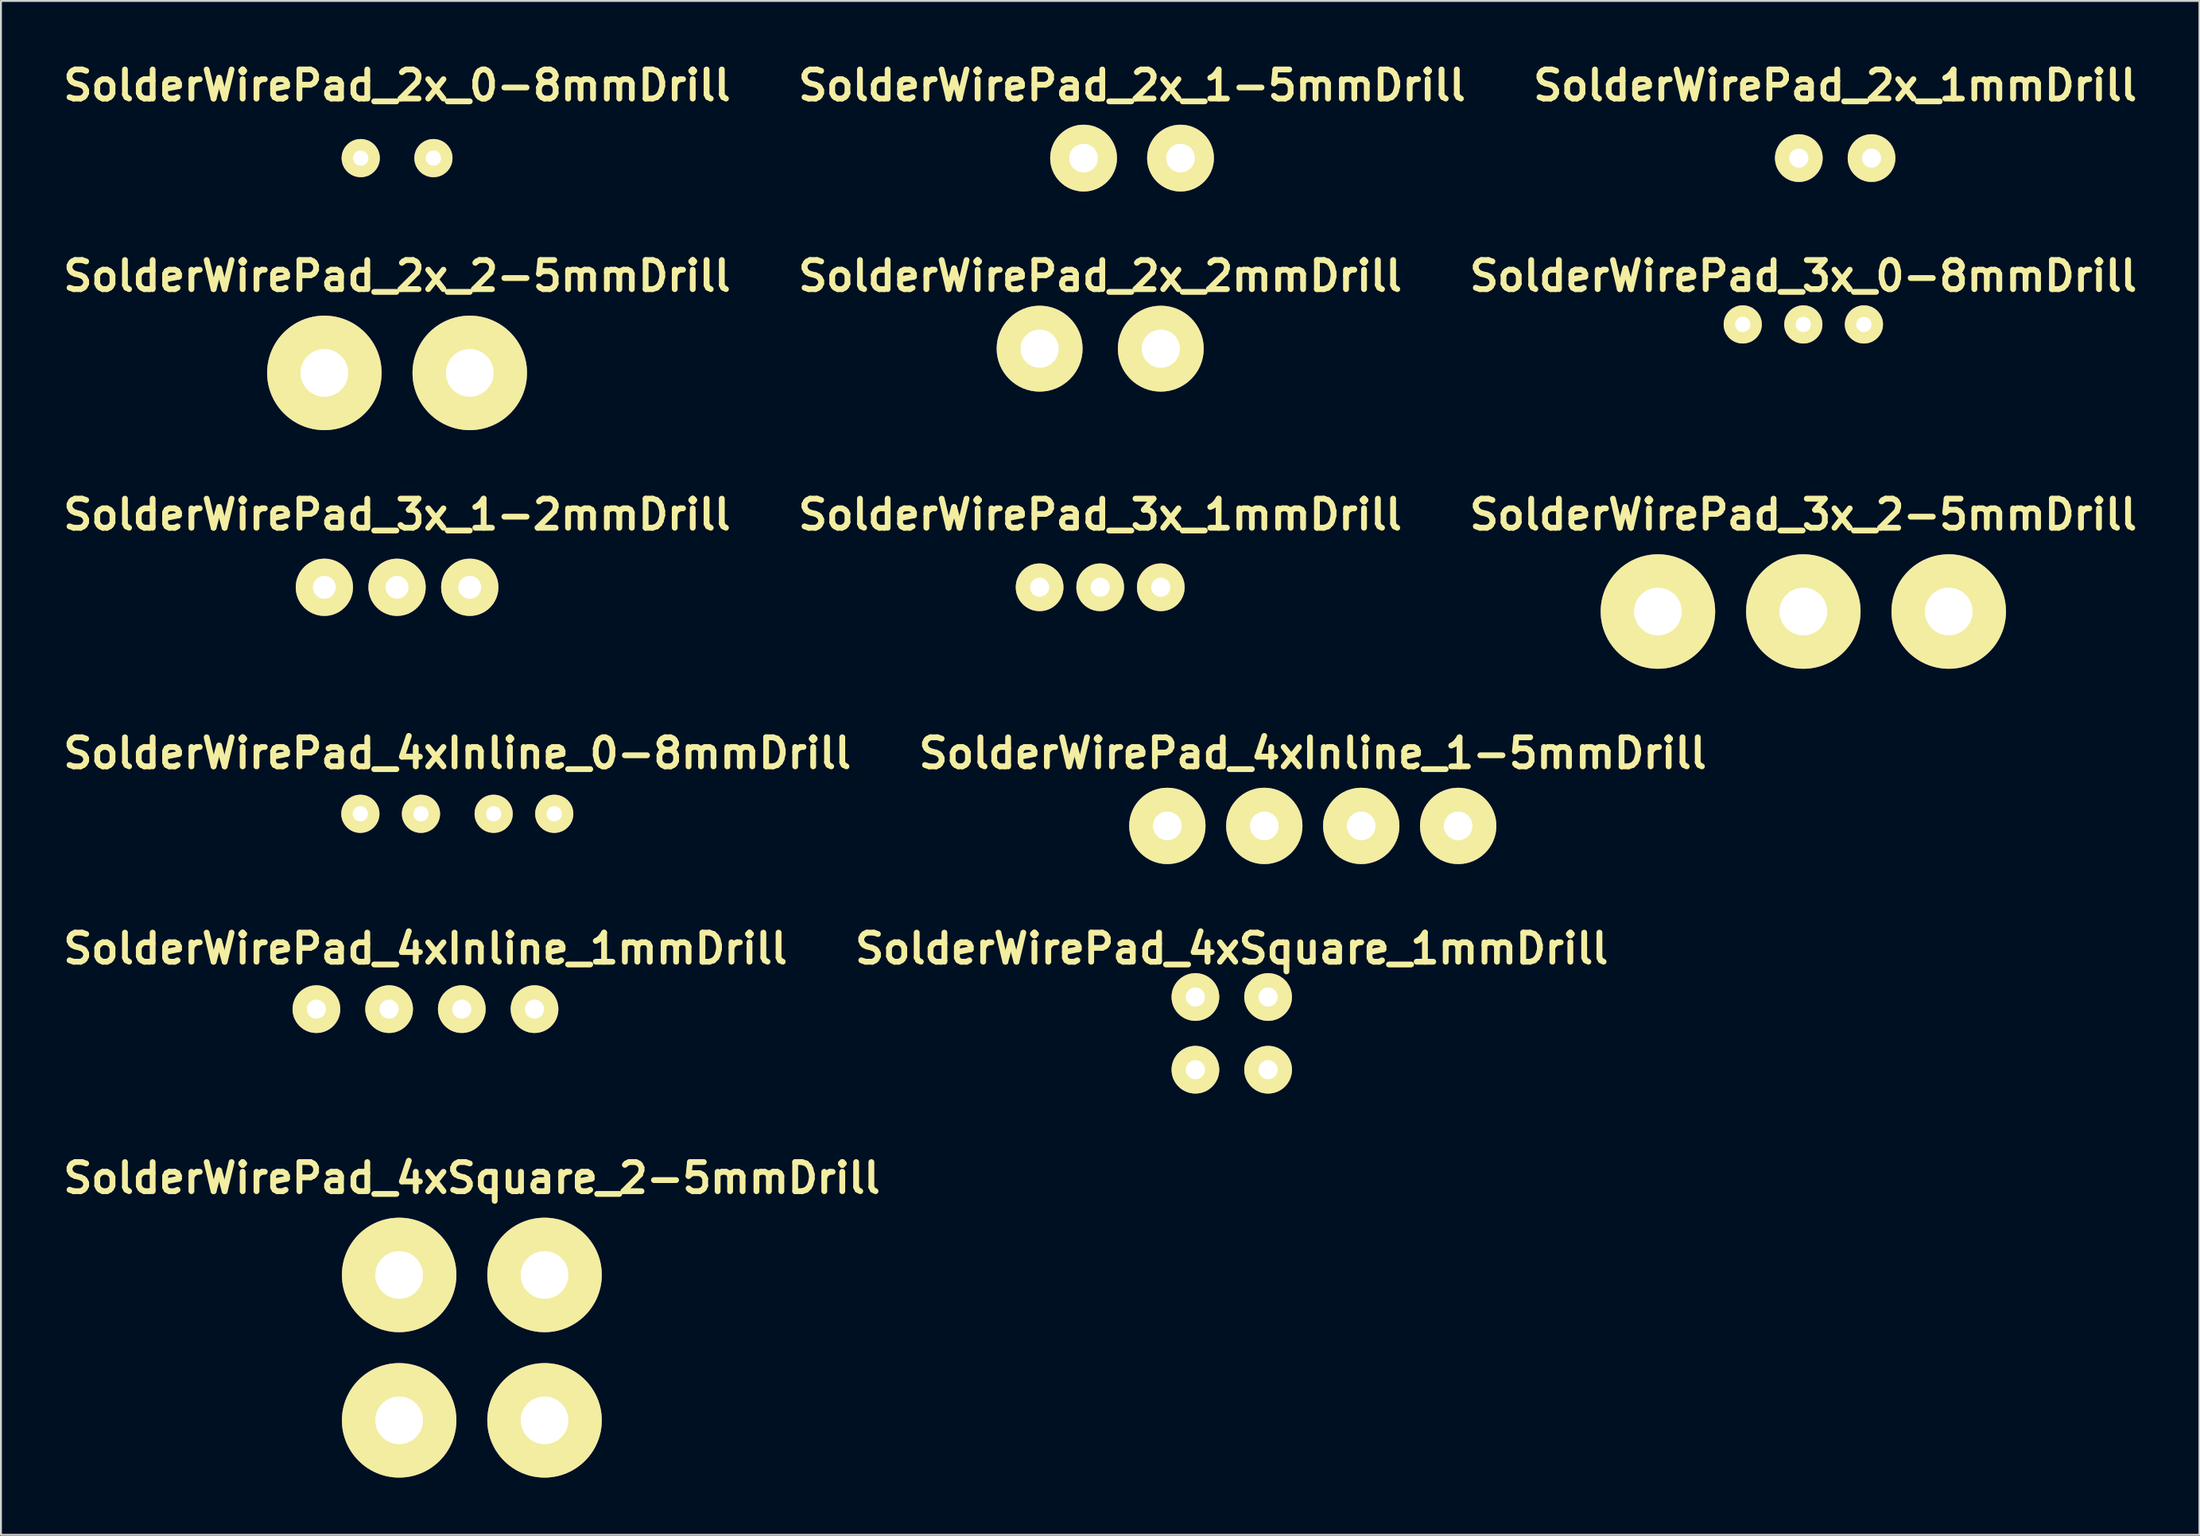
<source format=kicad_pcb>
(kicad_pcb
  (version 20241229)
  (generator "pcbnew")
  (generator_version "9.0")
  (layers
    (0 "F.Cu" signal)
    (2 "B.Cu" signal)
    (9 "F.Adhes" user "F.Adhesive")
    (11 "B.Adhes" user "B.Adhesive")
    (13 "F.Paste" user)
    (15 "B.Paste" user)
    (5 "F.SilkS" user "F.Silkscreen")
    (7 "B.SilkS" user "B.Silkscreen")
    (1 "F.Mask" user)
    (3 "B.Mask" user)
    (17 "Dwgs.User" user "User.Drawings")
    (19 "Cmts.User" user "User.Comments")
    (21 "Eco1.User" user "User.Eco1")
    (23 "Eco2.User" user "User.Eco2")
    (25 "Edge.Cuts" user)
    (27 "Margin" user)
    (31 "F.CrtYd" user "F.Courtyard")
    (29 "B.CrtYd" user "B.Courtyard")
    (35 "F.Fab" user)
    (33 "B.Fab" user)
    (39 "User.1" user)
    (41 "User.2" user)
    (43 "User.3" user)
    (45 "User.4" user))
  (footprint "SolderWirePad_3x_1-2mmDrill"
    (layer "F.Cu")
    (at 17.758 27.729)
    (property "Reference" "SolderWirePad_3x_1-2mmDrill" (at 0 -3.81 0) (layer "F.SilkS") (effects (font (size 1.524 1.524) (thickness 0.305))))
    (attr through_hole)
    (pad "1" thru_hole circle (at -3.81 0) (size 3 3) (drill 1.199) (layers "*.Cu" "*.Mask" "F.SilkS"))
    (pad "2" thru_hole circle (at 0 0) (size 3 3) (drill 1.199) (layers "*.Cu" "*.Mask" "F.SilkS"))
    (pad "3" thru_hole circle (at 3.81 0) (size 3 3) (drill 1.199) (layers "*.Cu" "*.Mask" "F.SilkS")))
  (footprint "SolderWirePad_4xInline_1mmDrill"
    (layer "F.Cu")
    (at 19.246 49.837)
    (property "Reference" "SolderWirePad_4xInline_1mmDrill" (at 0 -3.175 0) (layer "F.SilkS") (effects (font (size 1.524 1.524) (thickness 0.305))))
    (attr through_hole)
    (pad "1" thru_hole circle (at -5.715 0) (size 2.499 2.499) (drill 1.001) (layers "*.Cu" "*.Mask" "F.SilkS"))
    (pad "2" thru_hole circle (at -1.905 0) (size 2.499 2.499) (drill 1.001) (layers "*.Cu" "*.Mask" "F.SilkS"))
    (pad "3" thru_hole circle (at 1.905 0) (size 2.499 2.499) (drill 1.001) (layers "*.Cu" "*.Mask" "F.SilkS"))
    (pad "4" thru_hole circle (at 5.715 0) (size 2.499 2.499) (drill 1.001) (layers "*.Cu" "*.Mask" "F.SilkS")))
  (footprint "SolderWirePad_4xInline_0-8mmDrill"
    (layer "F.Cu")
    (at 20.915 39.6)
    (property "Reference" "SolderWirePad_4xInline_0-8mmDrill" (at 0 -3.175 0) (layer "F.SilkS") (effects (font (size 1.524 1.524) (thickness 0.305))))
    (attr through_hole)
    (pad "1" thru_hole circle (at -5.08 0) (size 1.999 1.999) (drill 0.8) (layers "*.Cu" "*.Mask" "F.SilkS"))
    (pad "2" thru_hole circle (at -1.905 0) (size 1.999 1.999) (drill 0.8) (layers "*.Cu" "*.Mask" "F.SilkS"))
    (pad "3" thru_hole circle (at 1.905 0) (size 1.999 1.999) (drill 0.8) (layers "*.Cu" "*.Mask" "F.SilkS"))
    (pad "4" thru_hole circle (at 5.08 0) (size 1.999 1.999) (drill 0.8) (layers "*.Cu" "*.Mask" "F.SilkS")))
  (footprint "SolderWirePad_2x_1mmDrill"
    (layer "F.Cu")
    (at 93.122 5.236)
    (property "Reference" "SolderWirePad_2x_1mmDrill" (at 0 -3.81 0) (layer "F.SilkS") (effects (font (size 1.524 1.524) (thickness 0.305))))
    (attr through_hole)
    (pad "1" thru_hole circle (at -1.905 0) (size 2.499 2.499) (drill 1.001) (layers "*.Cu" "*.Mask" "F.SilkS"))
    (pad "2" thru_hole circle (at 1.905 0) (size 2.499 2.499) (drill 1.001) (layers "*.Cu" "*.Mask" "F.SilkS")))
  (footprint "SolderWirePad_4xSquare_2-5mmDrill"
    (layer "F.Cu")
    (at 21.677 67.578)
    (property "Reference" "SolderWirePad_4xSquare_2-5mmDrill" (at 0 -8.89 0) (layer "F.SilkS") (effects (font (size 1.524 1.524) (thickness 0.305))))
    (attr through_hole)
    (pad "1" thru_hole circle (at -3.81 3.81) (size 5.999 5.999) (drill 2.499) (layers "*.Cu" "*.Mask" "F.SilkS"))
    (pad "2" thru_hole circle (at 3.81 3.81) (size 5.999 5.999) (drill 2.499) (layers "*.Cu" "*.Mask" "F.SilkS"))
    (pad "3" thru_hole circle (at -3.81 -3.81) (size 5.999 5.999) (drill 2.499) (layers "*.Cu" "*.Mask" "F.SilkS"))
    (pad "4" thru_hole circle (at 3.81 -3.81) (size 5.999 5.999) (drill 2.499) (layers "*.Cu" "*.Mask" "F.SilkS")))
  (footprint "SolderWirePad_4xSquare_1mmDrill"
    (layer "F.Cu")
    (at 61.5 51.107)
    (property "Reference" "SolderWirePad_4xSquare_1mmDrill" (at 0 -4.445 0) (layer "F.SilkS") (effects (font (size 1.524 1.524) (thickness 0.305))))
    (attr through_hole)
    (pad "1" thru_hole circle (at -1.905 1.905) (size 2.499 2.499) (drill 1.001) (layers "*.Cu" "*.Mask" "F.SilkS"))
    (pad "2" thru_hole circle (at 1.905 1.905) (size 2.499 2.499) (drill 1.001) (layers "*.Cu" "*.Mask" "F.SilkS"))
    (pad "3" thru_hole circle (at -1.905 -1.905) (size 2.499 2.499) (drill 1.001) (layers "*.Cu" "*.Mask" "F.SilkS"))
    (pad "4" thru_hole circle (at 1.905 -1.905) (size 2.499 2.499) (drill 1.001) (layers "*.Cu" "*.Mask" "F.SilkS")))
  (footprint "SolderWirePad_2x_2-5mmDrill"
    (layer "F.Cu")
    (at 17.758 16.493)
    (property "Reference" "SolderWirePad_2x_2-5mmDrill" (at 0 -5.08 0) (layer "F.SilkS") (effects (font (size 1.524 1.524) (thickness 0.305))))
    (attr through_hole)
    (pad "1" thru_hole circle (at -3.81 0) (size 5.999 5.999) (drill 2.499) (layers "*.Cu" "*.Mask" "F.SilkS"))
    (pad "2" thru_hole circle (at 3.81 0) (size 5.999 5.999) (drill 2.499) (layers "*.Cu" "*.Mask" "F.SilkS")))
  (footprint "SolderWirePad_4xInline_1-5mmDrill"
    (layer "F.Cu")
    (at 65.745 40.235)
    (property "Reference" "SolderWirePad_4xInline_1-5mmDrill" (at 0 -3.81 0) (layer "F.SilkS") (effects (font (size 1.524 1.524) (thickness 0.305))))
    (attr through_hole)
    (pad "1" thru_hole circle (at -7.62 0) (size 4 4) (drill 1.501) (layers "*.Cu" "*.Mask" "F.SilkS"))
    (pad "2" thru_hole circle (at -2.54 0) (size 4 4) (drill 1.501) (layers "*.Cu" "*.Mask" "F.SilkS"))
    (pad "3" thru_hole circle (at 2.54 0) (size 4 4) (drill 1.501) (layers "*.Cu" "*.Mask" "F.SilkS"))
    (pad "4" thru_hole circle (at 7.62 0) (size 4 4) (drill 1.501) (layers "*.Cu" "*.Mask" "F.SilkS")))
  (footprint "SolderWirePad_3x_0-8mmDrill"
    (layer "F.Cu")
    (at 91.453 13.953)
    (property "Reference" "SolderWirePad_3x_0-8mmDrill" (at 0 -2.54 0) (layer "F.SilkS") (effects (font (size 1.524 1.524) (thickness 0.305))))
    (attr through_hole)
    (pad "1" thru_hole circle (at -3.175 0) (size 1.999 1.999) (drill 0.8) (layers "*.Cu" "*.Mask" "F.SilkS"))
    (pad "2" thru_hole circle (at 0 0) (size 1.999 1.999) (drill 0.8) (layers "*.Cu" "*.Mask" "F.SilkS"))
    (pad "3" thru_hole circle (at 3.175 0) (size 1.999 1.999) (drill 0.8) (layers "*.Cu" "*.Mask" "F.SilkS")))
  (footprint "SolderWirePad_2x_0-8mmDrill"
    (layer "F.Cu")
    (at 17.758 5.236)
    (property "Reference" "SolderWirePad_2x_0-8mmDrill" (at 0 -3.81 0) (layer "F.SilkS") (effects (font (size 1.524 1.524) (thickness 0.305))))
    (attr through_hole)
    (pad "1" thru_hole circle (at -1.905 0) (size 1.999 1.999) (drill 0.8) (layers "*.Cu" "*.Mask" "F.SilkS"))
    (pad "2" thru_hole circle (at 1.905 0) (size 1.999 1.999) (drill 0.8) (layers "*.Cu" "*.Mask" "F.SilkS")))
  (footprint "SolderWirePad_2x_2mmDrill"
    (layer "F.Cu")
    (at 54.606 15.223)
    (property "Reference" "SolderWirePad_2x_2mmDrill" (at 0 -3.81 0) (layer "F.SilkS") (effects (font (size 1.524 1.524) (thickness 0.305))))
    (attr through_hole)
    (pad "1" thru_hole circle (at -3.175 0) (size 4.501 4.501) (drill 1.999) (layers "*.Cu" "*.Mask" "F.SilkS"))
    (pad "2" thru_hole circle (at 3.175 0) (size 4.501 4.501) (drill 1.999) (layers "*.Cu" "*.Mask" "F.SilkS")))
  (footprint "SolderWirePad_2x_1-5mmDrill"
    (layer "F.Cu")
    (at 56.275 5.236)
    (property "Reference" "SolderWirePad_2x_1-5mmDrill" (at 0 -3.81 0) (layer "F.SilkS") (effects (font (size 1.524 1.524) (thickness 0.305))))
    (attr through_hole)
    (pad "1" thru_hole circle (at -2.54 0) (size 3.5 3.5) (drill 1.501) (layers "*.Cu" "*.Mask" "F.SilkS"))
    (pad "2" thru_hole circle (at 2.54 0) (size 3.5 3.5) (drill 1.501) (layers "*.Cu" "*.Mask" "F.SilkS")))
  (footprint "SolderWirePad_3x_1mmDrill"
    (layer "F.Cu")
    (at 54.606 27.729)
    (property "Reference" "SolderWirePad_3x_1mmDrill" (at 0 -3.81 0) (layer "F.SilkS") (effects (font (size 1.524 1.524) (thickness 0.305))))
    (attr through_hole)
    (pad "1" thru_hole circle (at -3.175 0) (size 2.499 2.499) (drill 1.001) (layers "*.Cu" "*.Mask" "F.SilkS"))
    (pad "2" thru_hole circle (at 0 0) (size 2.499 2.499) (drill 1.001) (layers "*.Cu" "*.Mask" "F.SilkS"))
    (pad "3" thru_hole circle (at 3.175 0) (size 2.499 2.499) (drill 1.001) (layers "*.Cu" "*.Mask" "F.SilkS")))
  (footprint "SolderWirePad_3x_2-5mmDrill"
    (layer "F.Cu")
    (at 91.453 28.999)
    (property "Reference" "SolderWirePad_3x_2-5mmDrill" (at 0 -5.08 0) (layer "F.SilkS") (effects (font (size 1.524 1.524) (thickness 0.305))))
    (attr through_hole)
    (pad "1" thru_hole circle (at -7.62 0) (size 5.999 5.999) (drill 2.499) (layers "*.Cu" "*.Mask" "F.SilkS"))
    (pad "2" thru_hole circle (at 0 0) (size 5.999 5.999) (drill 2.499) (layers "*.Cu" "*.Mask" "F.SilkS"))
    (pad "3" thru_hole circle (at 7.62 0) (size 5.999 5.999) (drill 2.499) (layers "*.Cu" "*.Mask" "F.SilkS")))
  (gr_rect
    (start -3 -3)
    (end 112.211 77.388)
    (stroke (width 0.1) (type default))
    (fill no)
    (layer "Edge.Cuts")))
</source>
